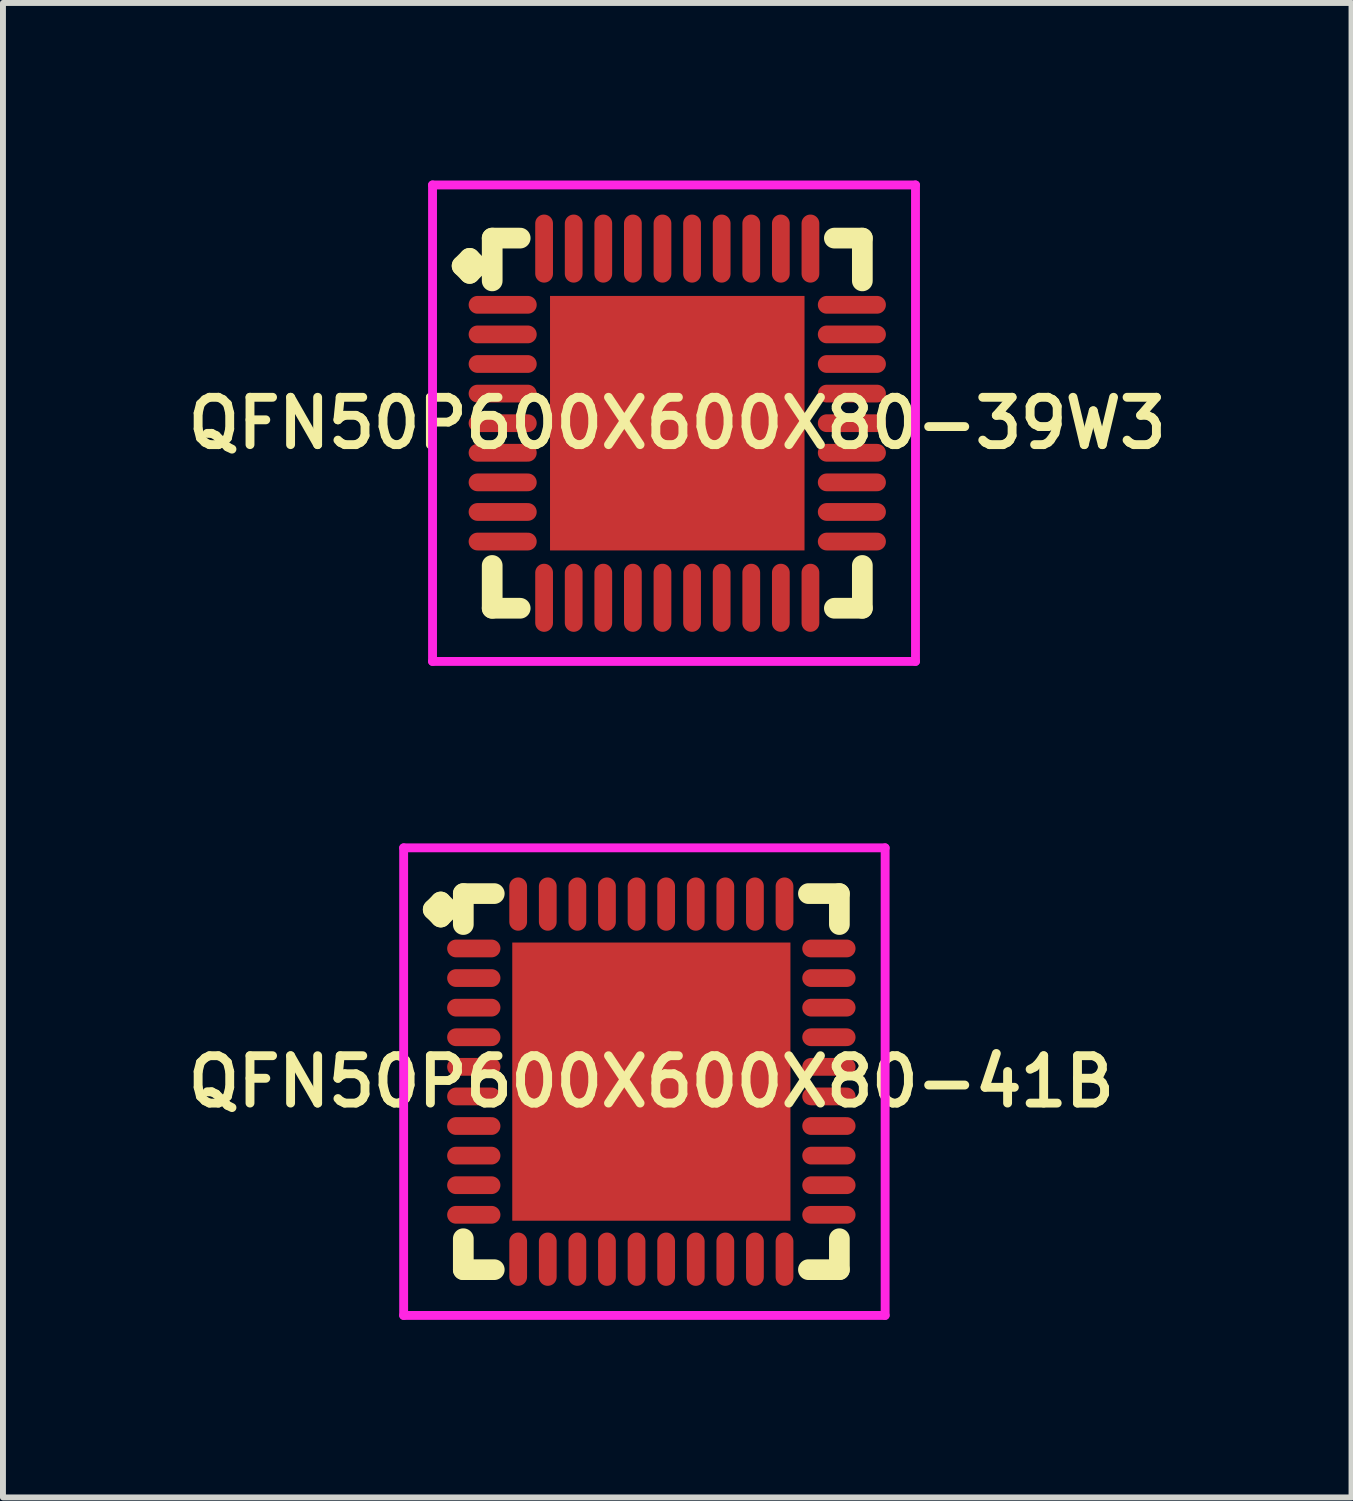
<source format=kicad_pcb>
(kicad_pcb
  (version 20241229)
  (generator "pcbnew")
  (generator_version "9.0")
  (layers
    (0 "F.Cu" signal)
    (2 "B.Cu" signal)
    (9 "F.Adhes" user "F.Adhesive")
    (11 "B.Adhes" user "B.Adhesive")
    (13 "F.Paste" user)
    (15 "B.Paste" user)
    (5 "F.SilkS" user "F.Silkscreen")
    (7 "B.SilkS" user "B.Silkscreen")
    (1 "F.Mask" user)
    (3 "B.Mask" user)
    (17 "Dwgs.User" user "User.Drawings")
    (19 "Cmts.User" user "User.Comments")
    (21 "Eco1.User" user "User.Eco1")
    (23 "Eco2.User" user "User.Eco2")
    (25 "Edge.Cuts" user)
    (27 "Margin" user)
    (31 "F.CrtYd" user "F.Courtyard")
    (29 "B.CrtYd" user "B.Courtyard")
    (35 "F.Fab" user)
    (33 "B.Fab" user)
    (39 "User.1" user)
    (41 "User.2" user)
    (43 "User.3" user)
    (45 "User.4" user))
  (footprint "QFN50P600X600X80-39W3"
    (layer "F.Cu")
    (at 8.393 4.1)
    (property "Reference" "QFN50P600X600X80-39W3" (at 0 0 0) (layer "F.SilkS") (effects (font (size 0.8 0.8) (thickness 0.15))))
    (attr through_hole)
    (fp_line (start -3.635 -2.658) (end -3.508 -2.785) (stroke (width 0.35) (type solid)) (layer "F.SilkS"))
    (fp_line (start -3.508 -2.785) (end -3.381 -2.658) (stroke (width 0.35) (type solid)) (layer "F.SilkS"))
    (fp_line (start -3.508 -2.531) (end -3.635 -2.658) (stroke (width 0.35) (type solid)) (layer "F.SilkS"))
    (fp_line (start -3.381 -2.658) (end -3.508 -2.531) (stroke (width 0.35) (type solid)) (layer "F.SilkS"))
    (fp_line (start -3.127 -3.127) (end -2.654 -3.127) (stroke (width 0.35) (type solid)) (layer "F.SilkS"))
    (fp_line (start -3.127 -2.404) (end -3.127 -3.127) (stroke (width 0.35) (type solid)) (layer "F.SilkS"))
    (fp_line (start -3.127 2.404) (end -3.127 3.127) (stroke (width 0.35) (type solid)) (layer "F.SilkS"))
    (fp_line (start -3.127 3.127) (end -2.654 3.127) (stroke (width 0.35) (type solid)) (layer "F.SilkS"))
    (fp_line (start 2.654 -3.127) (end 3.127 -3.127) (stroke (width 0.35) (type solid)) (layer "F.SilkS"))
    (fp_line (start 2.654 3.127) (end 3.127 3.127) (stroke (width 0.35) (type solid)) (layer "F.SilkS"))
    (fp_line (start 3.127 -3.127) (end 3.127 -2.404) (stroke (width 0.35) (type solid)) (layer "F.SilkS"))
    (fp_line (start 3.127 3.127) (end 3.127 2.404) (stroke (width 0.35) (type solid)) (layer "F.SilkS"))
    (fp_line (start -4.135 -4.025) (end 4.025 -4.025) (stroke (width 0.15) (type solid)) (layer "F.CrtYd"))
    (fp_line (start -4.135 4.025) (end -4.135 -4.025) (stroke (width 0.15) (type solid)) (layer "F.CrtYd"))
    (fp_line (start 4.025 -4.025) (end 4.025 4.025) (stroke (width 0.15) (type solid)) (layer "F.CrtYd"))
    (fp_line (start 4.025 4.025) (end -4.135 4.025) (stroke (width 0.15) (type solid)) (layer "F.CrtYd"))
    (pad "1" smd oval (at -2.95 -2) (size 1.15 0.3) (layers "F.Cu" "F.Mask" "F.Paste"))
    (pad "2" smd oval (at -2.95 -1.5) (size 1.15 0.3) (layers "F.Cu" "F.Mask" "F.Paste"))
    (pad "3" smd oval (at -2.95 -1) (size 1.15 0.3) (layers "F.Cu" "F.Mask" "F.Paste"))
    (pad "4" smd oval (at -2.95 -0.5) (size 1.15 0.3) (layers "F.Cu" "F.Mask" "F.Paste"))
    (pad "5" smd oval (at -2.95 0) (size 1.15 0.3) (layers "F.Cu" "F.Mask" "F.Paste"))
    (pad "6" smd oval (at -2.95 0.5) (size 1.15 0.3) (layers "F.Cu" "F.Mask" "F.Paste"))
    (pad "7" smd oval (at -2.95 1) (size 1.15 0.3) (layers "F.Cu" "F.Mask" "F.Paste"))
    (pad "8" smd oval (at -2.95 1.5) (size 1.15 0.3) (layers "F.Cu" "F.Mask" "F.Paste"))
    (pad "9" smd oval (at -2.95 2) (size 1.15 0.3) (layers "F.Cu" "F.Mask" "F.Paste"))
    (pad "10" smd oval (at -2.25 2.95) (size 0.3 1.15) (layers "F.Cu" "F.Mask" "F.Paste"))
    (pad "11" smd oval (at -1.75 2.95) (size 0.3 1.15) (layers "F.Cu" "F.Mask" "F.Paste"))
    (pad "12" smd oval (at -1.25 2.95) (size 0.3 1.15) (layers "F.Cu" "F.Mask" "F.Paste"))
    (pad "13" smd oval (at -0.75 2.95) (size 0.3 1.15) (layers "F.Cu" "F.Mask" "F.Paste"))
    (pad "14" smd oval (at -0.25 2.95) (size 0.3 1.15) (layers "F.Cu" "F.Mask" "F.Paste"))
    (pad "15" smd oval (at 0.25 2.95) (size 0.3 1.15) (layers "F.Cu" "F.Mask" "F.Paste"))
    (pad "16" smd oval (at 0.75 2.95) (size 0.3 1.15) (layers "F.Cu" "F.Mask" "F.Paste"))
    (pad "17" smd oval (at 1.25 2.95) (size 0.3 1.15) (layers "F.Cu" "F.Mask" "F.Paste"))
    (pad "18" smd oval (at 1.75 2.95) (size 0.3 1.15) (layers "F.Cu" "F.Mask" "F.Paste"))
    (pad "19" smd oval (at 2.25 2.95) (size 0.3 1.15) (layers "F.Cu" "F.Mask" "F.Paste"))
    (pad "20" smd oval (at 2.95 2) (size 1.15 0.3) (layers "F.Cu" "F.Mask" "F.Paste"))
    (pad "21" smd oval (at 2.95 1.5) (size 1.15 0.3) (layers "F.Cu" "F.Mask" "F.Paste"))
    (pad "22" smd oval (at 2.95 1) (size 1.15 0.3) (layers "F.Cu" "F.Mask" "F.Paste"))
    (pad "23" smd oval (at 2.95 0.5) (size 1.15 0.3) (layers "F.Cu" "F.Mask" "F.Paste"))
    (pad "24" smd oval (at 2.95 0) (size 1.15 0.3) (layers "F.Cu" "F.Mask" "F.Paste"))
    (pad "25" smd oval (at 2.95 -0.5) (size 1.15 0.3) (layers "F.Cu" "F.Mask" "F.Paste"))
    (pad "26" smd oval (at 2.95 -1) (size 1.15 0.3) (layers "F.Cu" "F.Mask" "F.Paste"))
    (pad "27" smd oval (at 2.95 -1.5) (size 1.15 0.3) (layers "F.Cu" "F.Mask" "F.Paste"))
    (pad "28" smd oval (at 2.95 -2) (size 1.15 0.3) (layers "F.Cu" "F.Mask" "F.Paste"))
    (pad "29" smd oval (at 2.25 -2.95) (size 0.3 1.15) (layers "F.Cu" "F.Mask" "F.Paste"))
    (pad "30" smd oval (at 1.75 -2.95) (size 0.3 1.15) (layers "F.Cu" "F.Mask" "F.Paste"))
    (pad "31" smd oval (at 1.25 -2.95) (size 0.3 1.15) (layers "F.Cu" "F.Mask" "F.Paste"))
    (pad "32" smd oval (at 0.75 -2.95) (size 0.3 1.15) (layers "F.Cu" "F.Mask" "F.Paste"))
    (pad "33" smd oval (at 0.25 -2.95) (size 0.3 1.15) (layers "F.Cu" "F.Mask" "F.Paste"))
    (pad "34" smd oval (at -0.25 -2.95) (size 0.3 1.15) (layers "F.Cu" "F.Mask" "F.Paste"))
    (pad "35" smd oval (at -0.75 -2.95) (size 0.3 1.15) (layers "F.Cu" "F.Mask" "F.Paste"))
    (pad "36" smd oval (at -1.25 -2.95) (size 0.3 1.15) (layers "F.Cu" "F.Mask" "F.Paste"))
    (pad "37" smd oval (at -1.75 -2.95) (size 0.3 1.15) (layers "F.Cu" "F.Mask" "F.Paste"))
    (pad "38" smd oval (at -2.25 -2.95) (size 0.3 1.15) (layers "F.Cu" "F.Mask" "F.Paste"))
    (pad "39" smd rect (at 0 0) (size 4.3 4.3) (layers "F.Cu" "F.Mask" "F.Paste")))
  (footprint "QFN50P600X600X80-41B"
    (layer "F.Cu")
    (at 7.955 15.225)
    (property "Reference" "QFN50P600X600X80-41B" (at 0 0 0) (layer "F.SilkS") (effects (font (size 0.8 0.8) (thickness 0.15))))
    (attr through_hole)
    (fp_line (start -3.685 -2.908) (end -3.558 -3.035) (stroke (width 0.35) (type solid)) (layer "F.SilkS"))
    (fp_line (start -3.558 -3.035) (end -3.431 -2.908) (stroke (width 0.35) (type solid)) (layer "F.SilkS"))
    (fp_line (start -3.558 -2.781) (end -3.685 -2.908) (stroke (width 0.35) (type solid)) (layer "F.SilkS"))
    (fp_line (start -3.431 -2.908) (end -3.558 -2.781) (stroke (width 0.35) (type solid)) (layer "F.SilkS"))
    (fp_line (start -3.177 -3.177) (end -2.654 -3.177) (stroke (width 0.35) (type solid)) (layer "F.SilkS"))
    (fp_line (start -3.177 -2.654) (end -3.177 -3.177) (stroke (width 0.35) (type solid)) (layer "F.SilkS"))
    (fp_line (start -3.177 2.654) (end -3.177 3.177) (stroke (width 0.35) (type solid)) (layer "F.SilkS"))
    (fp_line (start -3.177 3.177) (end -2.654 3.177) (stroke (width 0.35) (type solid)) (layer "F.SilkS"))
    (fp_line (start 2.654 -3.177) (end 3.177 -3.177) (stroke (width 0.35) (type solid)) (layer "F.SilkS"))
    (fp_line (start 2.654 3.177) (end 3.177 3.177) (stroke (width 0.35) (type solid)) (layer "F.SilkS"))
    (fp_line (start 3.177 -3.177) (end 3.177 -2.654) (stroke (width 0.35) (type solid)) (layer "F.SilkS"))
    (fp_line (start 3.177 3.177) (end 3.177 2.654) (stroke (width 0.35) (type solid)) (layer "F.SilkS"))
    (fp_line (start -4.185 -3.95) (end 3.95 -3.95) (stroke (width 0.15) (type solid)) (layer "F.CrtYd"))
    (fp_line (start -4.185 3.95) (end -4.185 -3.95) (stroke (width 0.15) (type solid)) (layer "F.CrtYd"))
    (fp_line (start 3.95 -3.95) (end 3.95 3.95) (stroke (width 0.15) (type solid)) (layer "F.CrtYd"))
    (fp_line (start 3.95 3.95) (end -4.185 3.95) (stroke (width 0.15) (type solid)) (layer "F.CrtYd"))
    (pad "1" smd oval (at -3 -2.25) (size 0.9 0.3) (layers "F.Cu" "F.Mask" "F.Paste"))
    (pad "2" smd oval (at -3 -1.75) (size 0.9 0.3) (layers "F.Cu" "F.Mask" "F.Paste"))
    (pad "3" smd oval (at -3 -1.25) (size 0.9 0.3) (layers "F.Cu" "F.Mask" "F.Paste"))
    (pad "4" smd oval (at -3 -0.75) (size 0.9 0.3) (layers "F.Cu" "F.Mask" "F.Paste"))
    (pad "5" smd oval (at -3 -0.25) (size 0.9 0.3) (layers "F.Cu" "F.Mask" "F.Paste"))
    (pad "6" smd oval (at -3 0.25) (size 0.9 0.3) (layers "F.Cu" "F.Mask" "F.Paste"))
    (pad "7" smd oval (at -3 0.75) (size 0.9 0.3) (layers "F.Cu" "F.Mask" "F.Paste"))
    (pad "8" smd oval (at -3 1.25) (size 0.9 0.3) (layers "F.Cu" "F.Mask" "F.Paste"))
    (pad "9" smd oval (at -3 1.75) (size 0.9 0.3) (layers "F.Cu" "F.Mask" "F.Paste"))
    (pad "10" smd oval (at -3 2.25) (size 0.9 0.3) (layers "F.Cu" "F.Mask" "F.Paste"))
    (pad "11" smd oval (at -2.25 3) (size 0.3 0.9) (layers "F.Cu" "F.Mask" "F.Paste"))
    (pad "12" smd oval (at -1.75 3) (size 0.3 0.9) (layers "F.Cu" "F.Mask" "F.Paste"))
    (pad "13" smd oval (at -1.25 3) (size 0.3 0.9) (layers "F.Cu" "F.Mask" "F.Paste"))
    (pad "14" smd oval (at -0.75 3) (size 0.3 0.9) (layers "F.Cu" "F.Mask" "F.Paste"))
    (pad "15" smd oval (at -0.25 3) (size 0.3 0.9) (layers "F.Cu" "F.Mask" "F.Paste"))
    (pad "16" smd oval (at 0.25 3) (size 0.3 0.9) (layers "F.Cu" "F.Mask" "F.Paste"))
    (pad "17" smd oval (at 0.75 3) (size 0.3 0.9) (layers "F.Cu" "F.Mask" "F.Paste"))
    (pad "18" smd oval (at 1.25 3) (size 0.3 0.9) (layers "F.Cu" "F.Mask" "F.Paste"))
    (pad "19" smd oval (at 1.75 3) (size 0.3 0.9) (layers "F.Cu" "F.Mask" "F.Paste"))
    (pad "20" smd oval (at 2.25 3) (size 0.3 0.9) (layers "F.Cu" "F.Mask" "F.Paste"))
    (pad "21" smd oval (at 3 2.25) (size 0.9 0.3) (layers "F.Cu" "F.Mask" "F.Paste"))
    (pad "22" smd oval (at 3 1.75) (size 0.9 0.3) (layers "F.Cu" "F.Mask" "F.Paste"))
    (pad "23" smd oval (at 3 1.25) (size 0.9 0.3) (layers "F.Cu" "F.Mask" "F.Paste"))
    (pad "24" smd oval (at 3 0.75) (size 0.9 0.3) (layers "F.Cu" "F.Mask" "F.Paste"))
    (pad "25" smd oval (at 3 0.25) (size 0.9 0.3) (layers "F.Cu" "F.Mask" "F.Paste"))
    (pad "26" smd oval (at 3 -0.25) (size 0.9 0.3) (layers "F.Cu" "F.Mask" "F.Paste"))
    (pad "27" smd oval (at 3 -0.75) (size 0.9 0.3) (layers "F.Cu" "F.Mask" "F.Paste"))
    (pad "28" smd oval (at 3 -1.25) (size 0.9 0.3) (layers "F.Cu" "F.Mask" "F.Paste"))
    (pad "29" smd oval (at 3 -1.75) (size 0.9 0.3) (layers "F.Cu" "F.Mask" "F.Paste"))
    (pad "30" smd oval (at 3 -2.25) (size 0.9 0.3) (layers "F.Cu" "F.Mask" "F.Paste"))
    (pad "31" smd oval (at 2.25 -3) (size 0.3 0.9) (layers "F.Cu" "F.Mask" "F.Paste"))
    (pad "32" smd oval (at 1.75 -3) (size 0.3 0.9) (layers "F.Cu" "F.Mask" "F.Paste"))
    (pad "33" smd oval (at 1.25 -3) (size 0.3 0.9) (layers "F.Cu" "F.Mask" "F.Paste"))
    (pad "34" smd oval (at 0.75 -3) (size 0.3 0.9) (layers "F.Cu" "F.Mask" "F.Paste"))
    (pad "35" smd oval (at 0.25 -3) (size 0.3 0.9) (layers "F.Cu" "F.Mask" "F.Paste"))
    (pad "36" smd oval (at -0.25 -3) (size 0.3 0.9) (layers "F.Cu" "F.Mask" "F.Paste"))
    (pad "37" smd oval (at -0.75 -3) (size 0.3 0.9) (layers "F.Cu" "F.Mask" "F.Paste"))
    (pad "38" smd oval (at -1.25 -3) (size 0.3 0.9) (layers "F.Cu" "F.Mask" "F.Paste"))
    (pad "39" smd oval (at -1.75 -3) (size 0.3 0.9) (layers "F.Cu" "F.Mask" "F.Paste"))
    (pad "40" smd oval (at -2.25 -3) (size 0.3 0.9) (layers "F.Cu" "F.Mask" "F.Paste"))
    (pad "41" smd rect (at 0 0) (size 4.7 4.7) (layers "F.Cu" "F.Mask" "F.Paste")))
  (gr_rect
    (start -3 -3)
    (end 19.785 22.25)
    (stroke (width 0.1) (type default))
    (fill no)
    (layer "Edge.Cuts")))
</source>
